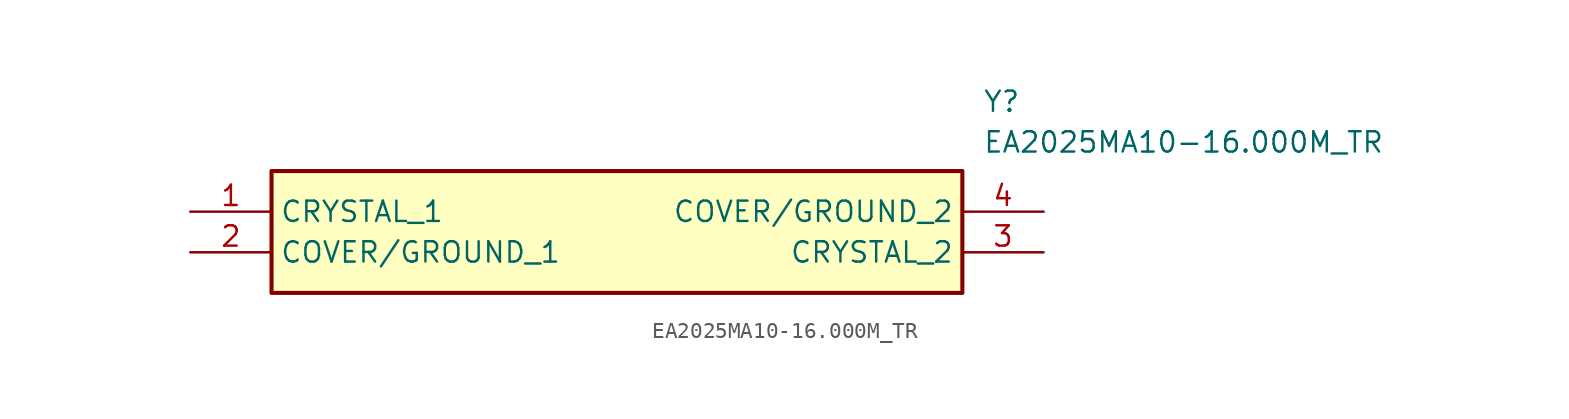
<source format=kicad_sym>
(kicad_symbol_lib
  (version 20211014)
  (generator SamacSys_ECAD_Model)
  (symbol "EA2025MA10-16.000M_TR"
    (property "Reference" "Y"
      (at 49.53 7.62 0)
      (effects (font (size 1.27 1.27)) (justify left top)))
    (property "Value" "EA2025MA10-16.000M_TR"
      (at 49.53 5.08 0)
      (effects (font (size 1.27 1.27)) (justify left top)))
    (rectangle
      (start 5.08 2.54)
      (end 48.26 -5.08)
      (stroke (width 0.254) (type default))
      (fill (type background)))
    (pin passive line
      (at 0 0 0)
      (length 5.08)
      (name "CRYSTAL_1" (effects (font (size 1.27 1.27))))
      (number "1" (effects (font (size 1.27 1.27)))))
    (pin passive line
      (at 0 -2.54 0)
      (length 5.08)
      (name "COVER/GROUND_1" (effects (font (size 1.27 1.27))))
      (number "2" (effects (font (size 1.27 1.27)))))
    (pin passive line
      (at 53.34 -2.54 180)
      (length 5.08)
      (name "CRYSTAL_2" (effects (font (size 1.27 1.27))))
      (number "3" (effects (font (size 1.27 1.27)))))
    (pin passive line
      (at 53.34 0 180)
      (length 5.08)
      (name "COVER/GROUND_2" (effects (font (size 1.27 1.27))))
      (number "4" (effects (font (size 1.27 1.27)))))))
</source>
